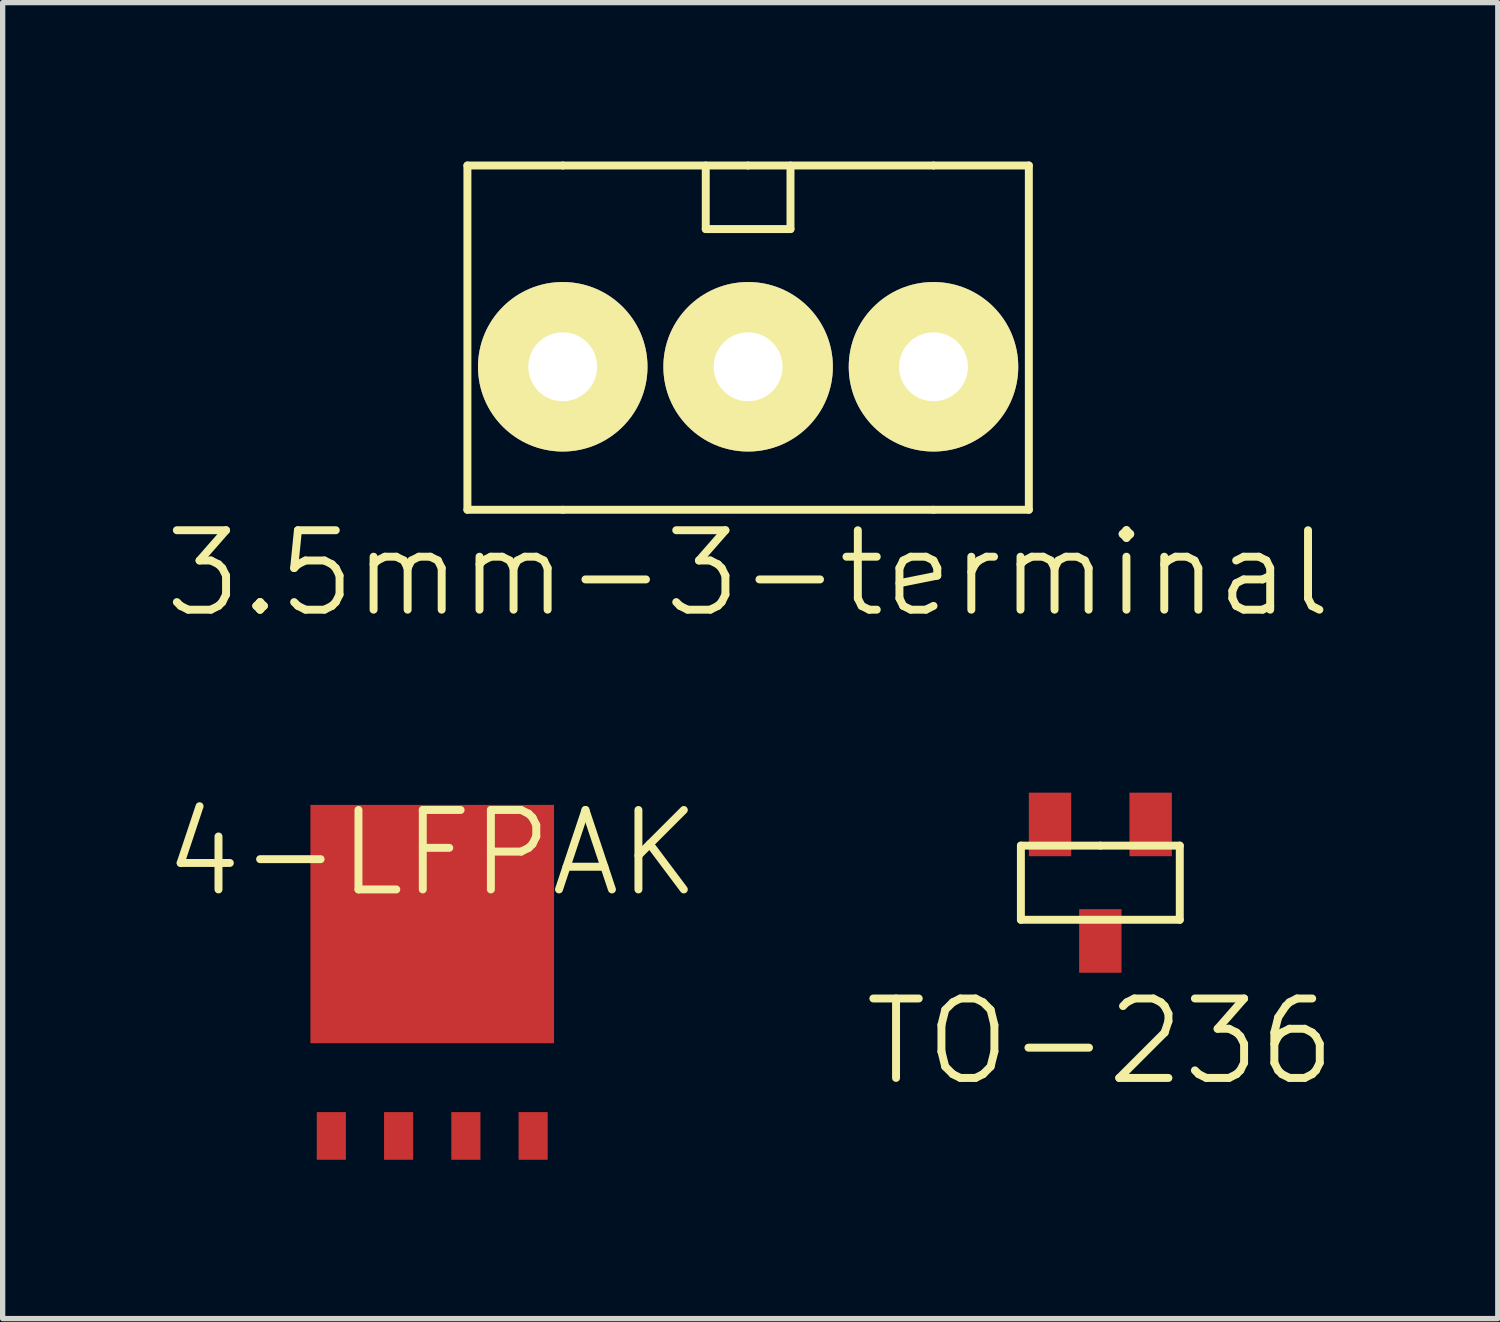
<source format=kicad_pcb>
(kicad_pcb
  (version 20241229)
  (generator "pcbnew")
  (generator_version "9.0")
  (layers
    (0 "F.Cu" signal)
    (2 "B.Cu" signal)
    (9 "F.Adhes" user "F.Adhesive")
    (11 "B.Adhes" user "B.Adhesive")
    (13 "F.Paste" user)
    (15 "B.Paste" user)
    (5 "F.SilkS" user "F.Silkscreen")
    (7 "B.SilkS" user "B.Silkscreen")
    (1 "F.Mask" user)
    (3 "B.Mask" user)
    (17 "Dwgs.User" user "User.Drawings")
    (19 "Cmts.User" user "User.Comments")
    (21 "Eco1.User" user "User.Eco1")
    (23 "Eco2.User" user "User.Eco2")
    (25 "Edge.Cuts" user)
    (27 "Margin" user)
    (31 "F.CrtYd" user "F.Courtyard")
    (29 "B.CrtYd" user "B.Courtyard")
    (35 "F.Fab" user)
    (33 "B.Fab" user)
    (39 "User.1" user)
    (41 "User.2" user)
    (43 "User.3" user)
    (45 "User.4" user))
  (footprint "TO-236"
    (layer "F.Cu")
    (at 17.725 13.616)
    (property "Reference" "TO-236" (at 0 3 0) (layer "F.SilkS") (effects (font (size 1.5 1.5) (thickness 0.15))))
    (attr through_hole)
    (fp_line (start -1.5 -0.7) (end 0 -0.7) (stroke (width 0.15) (type solid)) (layer "F.SilkS"))
    (fp_line (start -1.5 0.7) (end -1.5 -0.7) (stroke (width 0.15) (type solid)) (layer "F.SilkS"))
    (fp_line (start 0 -0.7) (end 1.5 -0.7) (stroke (width 0.15) (type solid)) (layer "F.SilkS"))
    (fp_line (start 1.5 -0.7) (end 1.5 0.7) (stroke (width 0.15) (type solid)) (layer "F.SilkS"))
    (fp_line (start 1.5 0.7) (end -1.5 0.7) (stroke (width 0.15) (type solid)) (layer "F.SilkS"))
    (pad "1" smd rect (at 0 1.1) (size 0.8 1.2) (layers "F.Cu" "F.Mask" "F.Paste"))
    (pad "2" smd rect (at 0.95 -1.1) (size 0.8 1.2) (layers "F.Cu" "F.Mask" "F.Paste"))
    (pad "3" smd rect (at -0.95 -1.1) (size 0.8 1.2) (layers "F.Cu" "F.Mask" "F.Paste")))
  (footprint "4-LFPAK"
    (layer "F.Cu")
    (at 5.111 15.597)
    (property "Reference" "4-LFPAK" (at 0 -2.54 0) (layer "F.SilkS") (effects (font (size 1.5 1.5) (thickness 0.15))))
    (attr through_hole)
    (pad "D" smd rect (at 0 -1.2) (size 4.6 4.5) (layers "F.Cu" "F.Mask" "F.Paste"))
    (pad "G" smd rect (at 1.905 2.8) (size 0.55 0.9) (layers "F.Cu" "F.Mask" "F.Paste"))
    (pad "S" smd rect (at -1.905 2.8) (size 0.55 0.9) (layers "F.Cu" "F.Mask" "F.Paste"))
    (pad "S" smd rect (at -0.635 2.8) (size 0.55 0.9) (layers "F.Cu" "F.Mask" "F.Paste"))
    (pad "S" smd rect (at 0.635 2.8) (size 0.55 0.9) (layers "F.Cu" "F.Mask" "F.Paste")))
  (footprint "3.5mm-3-terminal"
    (layer "F.Cu")
    (at 11.075 3.875)
    (property "Reference" "3.5mm-3-terminal" (at 0 3.9 0) (layer "F.SilkS") (effects (font (size 1.5 1.5) (thickness 0.15))))
    (attr through_hole)
    (fp_line (start -5.3 2.7) (end -5.3 -3.8) (stroke (width 0.15) (type solid)) (layer "F.SilkS"))
    (fp_line (start -3.5 -3.8) (end -5.3 -3.8) (stroke (width 0.15) (type solid)) (layer "F.SilkS"))
    (fp_line (start -3.5 -3.8) (end 0 -3.8) (stroke (width 0.15) (type solid)) (layer "F.SilkS"))
    (fp_line (start -3.5 2.7) (end -5.3 2.7) (stroke (width 0.15) (type solid)) (layer "F.SilkS"))
    (fp_line (start -0.8 -3.8) (end -0.8 -2.6) (stroke (width 0.15) (type solid)) (layer "F.SilkS"))
    (fp_line (start -0.8 -2.6) (end 0.8 -2.6) (stroke (width 0.15) (type solid)) (layer "F.SilkS"))
    (fp_line (start 0 -3.8) (end 3.5 -3.8) (stroke (width 0.15) (type solid)) (layer "F.SilkS"))
    (fp_line (start 0.8 -2.6) (end 0.8 -3.8) (stroke (width 0.15) (type solid)) (layer "F.SilkS"))
    (fp_line (start 3.5 -3.8) (end 5.3 -3.8) (stroke (width 0.15) (type solid)) (layer "F.SilkS"))
    (fp_line (start 3.5 2.7) (end -3.5 2.7) (stroke (width 0.15) (type solid)) (layer "F.SilkS"))
    (fp_line (start 3.5 2.7) (end 5.3 2.7) (stroke (width 0.15) (type solid)) (layer "F.SilkS"))
    (fp_line (start 5.3 -3.8) (end 5.3 2.7) (stroke (width 0.15) (type solid)) (layer "F.SilkS"))
    (pad "1" thru_hole circle (at 3.5 0) (size 3.2 3.2) (drill 1.3) (layers "*.Cu" "*.Mask" "F.SilkS"))
    (pad "2" thru_hole circle (at -3.5 0) (size 3.2 3.2) (drill 1.3) (layers "*.Cu" "*.Mask" "F.SilkS"))
    (pad "2" thru_hole circle (at 0 0) (size 3.2 3.2) (drill 1.3) (layers "*.Cu" "*.Mask" "F.SilkS")))
  (gr_rect
    (start -3 -3)
    (end 25.229 21.846)
    (stroke (width 0.1) (type default))
    (fill no)
    (layer "Edge.Cuts")))
</source>
